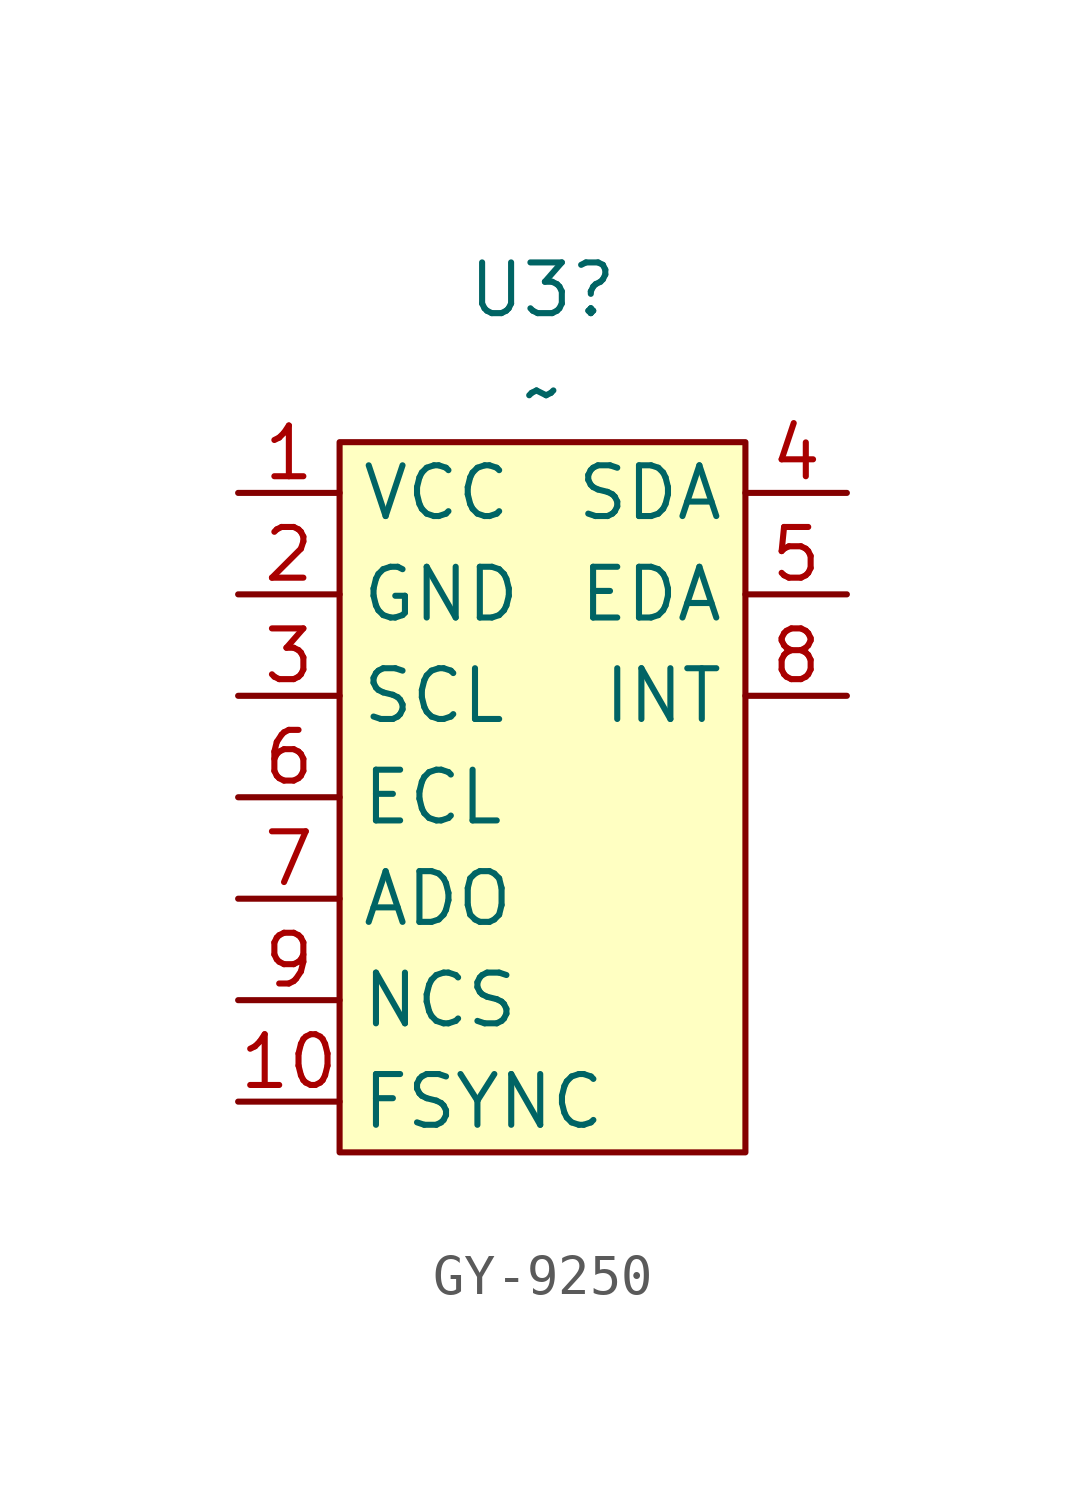
<source format=kicad_sym>
(kicad_symbol_lib
  (version 20241209)
  (generator "kicad_symbol_editor")
  (generator_version "9.0")
  (symbol "GY-9250"
    (property "Reference" "U3"
      (at 0 13.97 0)
      (effects (font (size 1.27 1.27))))
    (property "Value" "~"
      (at 0 11.43 0)
      (effects (font (size 1.27 1.27))))
    (symbol "GY-9250_1_1"
      (rectangle (start -5.08 10.16) (end 5.08 -7.62) (stroke (width 0) (type solid)) (fill (type background)))
      (pin power_in line (at -7.62 8.89 0) (length 2.54) (name "VCC" (effects (font (size 1.27 1.27)))) (number "1" (effects (font (size 1.27 1.27)))))
      (pin power_in line (at -7.62 6.35 0) (length 2.54) (name "GND" (effects (font (size 1.27 1.27)))) (number "2" (effects (font (size 1.27 1.27)))))
      (pin input line (at -7.62 3.81 0) (length 2.54) (name "SCL" (effects (font (size 1.27 1.27)))) (number "3" (effects (font (size 1.27 1.27)))))
      (pin input line (at -7.62 1.27 0) (length 2.54) (name "ECL" (effects (font (size 1.27 1.27)))) (number "6" (effects (font (size 1.27 1.27)))))
      (pin input line (at -7.62 -1.27 0) (length 2.54) (name "ADO" (effects (font (size 1.27 1.27)))) (number "7" (effects (font (size 1.27 1.27)))))
      (pin input line (at -7.62 -3.81 0) (length 2.54) (name "NCS" (effects (font (size 1.27 1.27)))) (number "9" (effects (font (size 1.27 1.27)))))
      (pin input line (at -7.62 -6.35 0) (length 2.54) (name "FSYNC" (effects (font (size 1.27 1.27)))) (number "10" (effects (font (size 1.27 1.27)))))
      (pin bidirectional line (at 7.62 8.89 180) (length 2.54) (name "SDA" (effects (font (size 1.27 1.27)))) (number "4" (effects (font (size 1.27 1.27)))))
      (pin bidirectional line (at 7.62 6.35 180) (length 2.54) (name "EDA" (effects (font (size 1.27 1.27)))) (number "5" (effects (font (size 1.27 1.27)))))
      (pin output line (at 7.62 3.81 180) (length 2.54) (name "INT" (effects (font (size 1.27 1.27)))) (number "8" (effects (font (size 1.27 1.27))))))))
</source>
